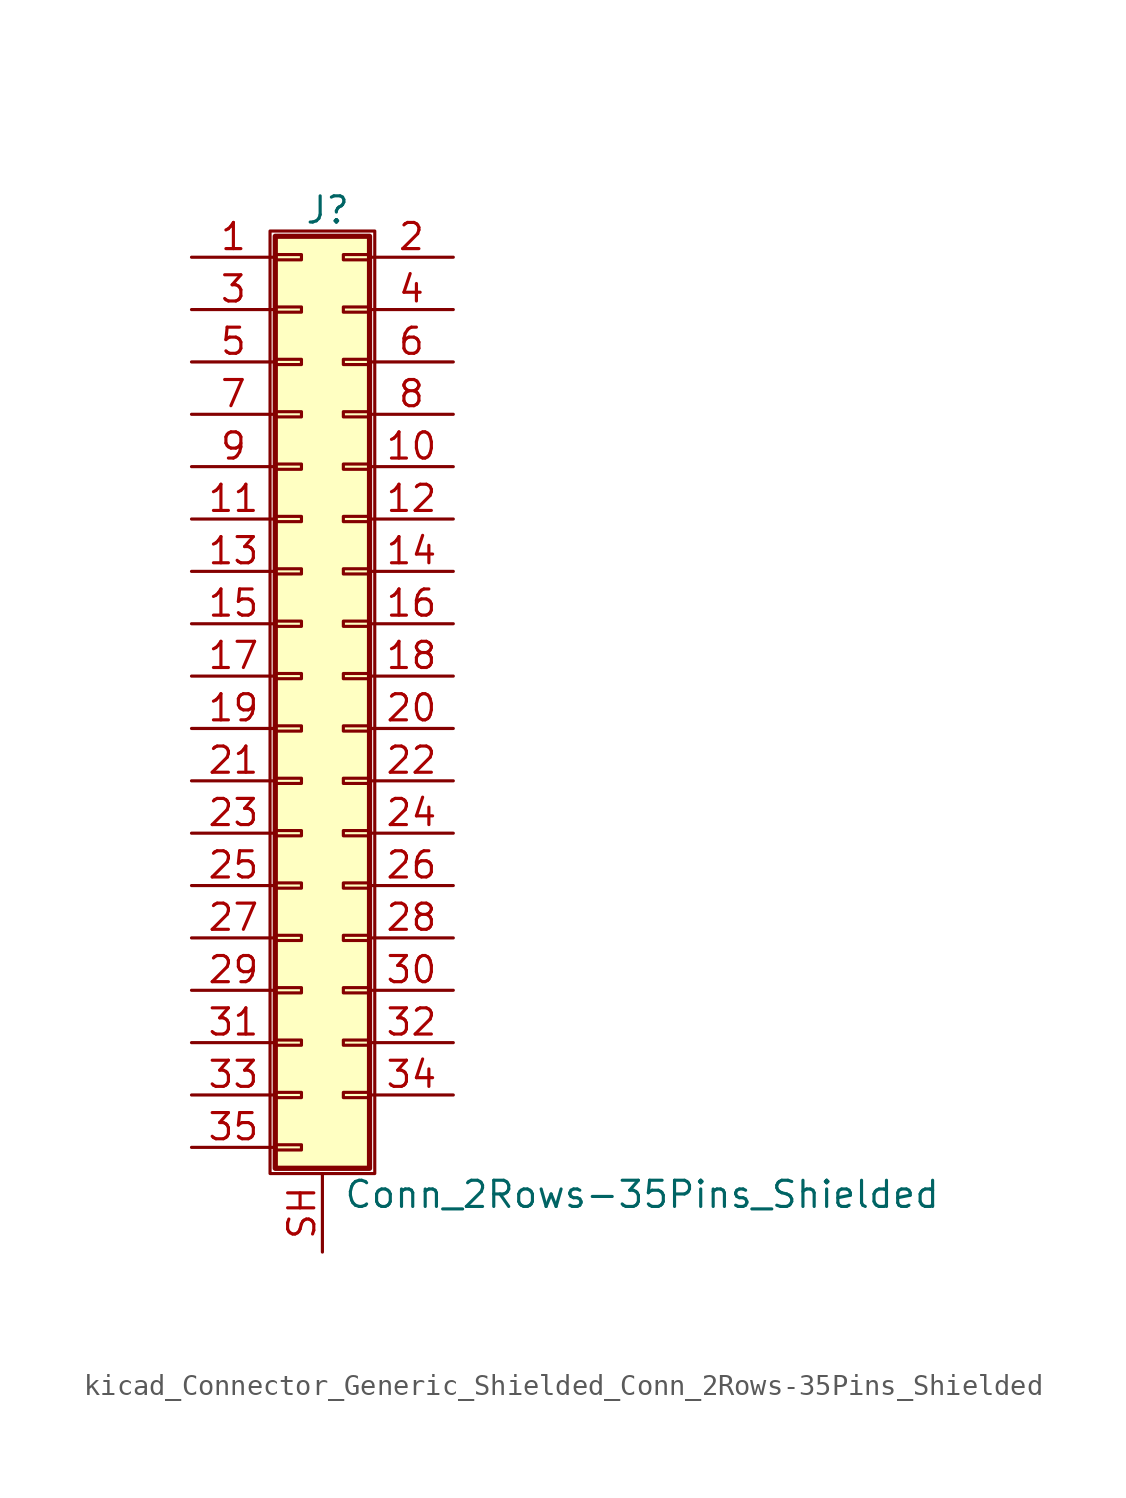
<source format=kicad_sym>
(kicad_symbol_lib
  (version 20220914)
  (generator kicad_symbol_editor)
  (symbol "kicad_Connector_Generic_Shielded_Conn_2Rows-35Pins_Shielded"
    (pin_names
      (offset 1.016) hide)
    (property "Reference" "J"
      (at 1.524 22.606 0)
      (effects (font (size 1.27 1.27))))
    (property "Value" "Conn_2Rows-35Pins_Shielded"
      (at 2.286 -25.146 0)
      (effects (font (size 1.27 1.27)) (justify left)))
    (symbol "kicad_Connector_Generic_Shielded_Conn_2Rows-35Pins_Shielded_1_1"
      (rectangle (start -1.27 21.59) (end 3.81 -24.13) (stroke (width 0.152) (type default)) (fill (type none)))
      (rectangle (start -1.016 -22.733) (end 0.254 -22.987) (stroke (width 0.152) (type default)) (fill (type none)))
      (rectangle (start -1.016 -20.193) (end 0.254 -20.447) (stroke (width 0.152) (type default)) (fill (type none)))
      (rectangle (start -1.016 -17.653) (end 0.254 -17.907) (stroke (width 0.152) (type default)) (fill (type none)))
      (rectangle (start -1.016 -15.113) (end 0.254 -15.367) (stroke (width 0.152) (type default)) (fill (type none)))
      (rectangle (start -1.016 -12.573) (end 0.254 -12.827) (stroke (width 0.152) (type default)) (fill (type none)))
      (rectangle (start -1.016 -10.033) (end 0.254 -10.287) (stroke (width 0.152) (type default)) (fill (type none)))
      (rectangle (start -1.016 -7.493) (end 0.254 -7.747) (stroke (width 0.152) (type default)) (fill (type none)))
      (rectangle (start -1.016 -4.953) (end 0.254 -5.207) (stroke (width 0.152) (type default)) (fill (type none)))
      (rectangle (start -1.016 -2.413) (end 0.254 -2.667) (stroke (width 0.152) (type default)) (fill (type none)))
      (rectangle (start -1.016 0.127) (end 0.254 -0.127) (stroke (width 0.152) (type default)) (fill (type none)))
      (rectangle (start -1.016 2.667) (end 0.254 2.413) (stroke (width 0.152) (type default)) (fill (type none)))
      (rectangle (start -1.016 5.207) (end 0.254 4.953) (stroke (width 0.152) (type default)) (fill (type none)))
      (rectangle (start -1.016 7.747) (end 0.254 7.493) (stroke (width 0.152) (type default)) (fill (type none)))
      (rectangle (start -1.016 10.287) (end 0.254 10.033) (stroke (width 0.152) (type default)) (fill (type none)))
      (rectangle (start -1.016 12.827) (end 0.254 12.573) (stroke (width 0.152) (type default)) (fill (type none)))
      (rectangle (start -1.016 15.367) (end 0.254 15.113) (stroke (width 0.152) (type default)) (fill (type none)))
      (rectangle (start -1.016 17.907) (end 0.254 17.653) (stroke (width 0.152) (type default)) (fill (type none)))
      (rectangle (start -1.016 20.447) (end 0.254 20.193) (stroke (width 0.152) (type default)) (fill (type none)))
      (rectangle (start -1.016 21.336) (end 3.556 -23.876) (stroke (width 0.254) (type default)) (fill (type background)))
      (rectangle (start 3.556 -20.193) (end 2.286 -20.447) (stroke (width 0.152) (type default)) (fill (type none)))
      (rectangle (start 3.556 -17.653) (end 2.286 -17.907) (stroke (width 0.152) (type default)) (fill (type none)))
      (rectangle (start 3.556 -15.113) (end 2.286 -15.367) (stroke (width 0.152) (type default)) (fill (type none)))
      (rectangle (start 3.556 -12.573) (end 2.286 -12.827) (stroke (width 0.152) (type default)) (fill (type none)))
      (rectangle (start 3.556 -10.033) (end 2.286 -10.287) (stroke (width 0.152) (type default)) (fill (type none)))
      (rectangle (start 3.556 -7.493) (end 2.286 -7.747) (stroke (width 0.152) (type default)) (fill (type none)))
      (rectangle (start 3.556 -4.953) (end 2.286 -5.207) (stroke (width 0.152) (type default)) (fill (type none)))
      (rectangle (start 3.556 -2.413) (end 2.286 -2.667) (stroke (width 0.152) (type default)) (fill (type none)))
      (rectangle (start 3.556 0.127) (end 2.286 -0.127) (stroke (width 0.152) (type default)) (fill (type none)))
      (rectangle (start 3.556 2.667) (end 2.286 2.413) (stroke (width 0.152) (type default)) (fill (type none)))
      (rectangle (start 3.556 5.207) (end 2.286 4.953) (stroke (width 0.152) (type default)) (fill (type none)))
      (rectangle (start 3.556 7.747) (end 2.286 7.493) (stroke (width 0.152) (type default)) (fill (type none)))
      (rectangle (start 3.556 10.287) (end 2.286 10.033) (stroke (width 0.152) (type default)) (fill (type none)))
      (rectangle (start 3.556 12.827) (end 2.286 12.573) (stroke (width 0.152) (type default)) (fill (type none)))
      (rectangle (start 3.556 15.367) (end 2.286 15.113) (stroke (width 0.152) (type default)) (fill (type none)))
      (rectangle (start 3.556 17.907) (end 2.286 17.653) (stroke (width 0.152) (type default)) (fill (type none)))
      (rectangle (start 3.556 20.447) (end 2.286 20.193) (stroke (width 0.152) (type default)) (fill (type none)))
      (pin passive line (at -5.08 20.32 0) (length 4.064) (name "Pin_1" (effects (font (size 1.27 1.27)))) (number "1" (effects (font (size 1.27 1.27)))))
      (pin passive line (at 7.62 10.16 180) (length 4.064) (name "Pin_10" (effects (font (size 1.27 1.27)))) (number "10" (effects (font (size 1.27 1.27)))))
      (pin passive line (at -5.08 7.62 0) (length 4.064) (name "Pin_11" (effects (font (size 1.27 1.27)))) (number "11" (effects (font (size 1.27 1.27)))))
      (pin passive line (at 7.62 7.62 180) (length 4.064) (name "Pin_12" (effects (font (size 1.27 1.27)))) (number "12" (effects (font (size 1.27 1.27)))))
      (pin passive line (at -5.08 5.08 0) (length 4.064) (name "Pin_13" (effects (font (size 1.27 1.27)))) (number "13" (effects (font (size 1.27 1.27)))))
      (pin passive line (at 7.62 5.08 180) (length 4.064) (name "Pin_14" (effects (font (size 1.27 1.27)))) (number "14" (effects (font (size 1.27 1.27)))))
      (pin passive line (at -5.08 2.54 0) (length 4.064) (name "Pin_15" (effects (font (size 1.27 1.27)))) (number "15" (effects (font (size 1.27 1.27)))))
      (pin passive line (at 7.62 2.54 180) (length 4.064) (name "Pin_16" (effects (font (size 1.27 1.27)))) (number "16" (effects (font (size 1.27 1.27)))))
      (pin passive line (at -5.08 0 0) (length 4.064) (name "Pin_17" (effects (font (size 1.27 1.27)))) (number "17" (effects (font (size 1.27 1.27)))))
      (pin passive line (at 7.62 0 180) (length 4.064) (name "Pin_18" (effects (font (size 1.27 1.27)))) (number "18" (effects (font (size 1.27 1.27)))))
      (pin passive line (at -5.08 -2.54 0) (length 4.064) (name "Pin_19" (effects (font (size 1.27 1.27)))) (number "19" (effects (font (size 1.27 1.27)))))
      (pin passive line (at 7.62 20.32 180) (length 4.064) (name "Pin_2" (effects (font (size 1.27 1.27)))) (number "2" (effects (font (size 1.27 1.27)))))
      (pin passive line (at 7.62 -2.54 180) (length 4.064) (name "Pin_20" (effects (font (size 1.27 1.27)))) (number "20" (effects (font (size 1.27 1.27)))))
      (pin passive line (at -5.08 -5.08 0) (length 4.064) (name "Pin_21" (effects (font (size 1.27 1.27)))) (number "21" (effects (font (size 1.27 1.27)))))
      (pin passive line (at 7.62 -5.08 180) (length 4.064) (name "Pin_22" (effects (font (size 1.27 1.27)))) (number "22" (effects (font (size 1.27 1.27)))))
      (pin passive line (at -5.08 -7.62 0) (length 4.064) (name "Pin_23" (effects (font (size 1.27 1.27)))) (number "23" (effects (font (size 1.27 1.27)))))
      (pin passive line (at 7.62 -7.62 180) (length 4.064) (name "Pin_24" (effects (font (size 1.27 1.27)))) (number "24" (effects (font (size 1.27 1.27)))))
      (pin passive line (at -5.08 -10.16 0) (length 4.064) (name "Pin_25" (effects (font (size 1.27 1.27)))) (number "25" (effects (font (size 1.27 1.27)))))
      (pin passive line (at 7.62 -10.16 180) (length 4.064) (name "Pin_26" (effects (font (size 1.27 1.27)))) (number "26" (effects (font (size 1.27 1.27)))))
      (pin passive line (at -5.08 -12.7 0) (length 4.064) (name "Pin_27" (effects (font (size 1.27 1.27)))) (number "27" (effects (font (size 1.27 1.27)))))
      (pin passive line (at 7.62 -12.7 180) (length 4.064) (name "Pin_28" (effects (font (size 1.27 1.27)))) (number "28" (effects (font (size 1.27 1.27)))))
      (pin passive line (at -5.08 -15.24 0) (length 4.064) (name "Pin_29" (effects (font (size 1.27 1.27)))) (number "29" (effects (font (size 1.27 1.27)))))
      (pin passive line (at -5.08 17.78 0) (length 4.064) (name "Pin_3" (effects (font (size 1.27 1.27)))) (number "3" (effects (font (size 1.27 1.27)))))
      (pin passive line (at 7.62 -15.24 180) (length 4.064) (name "Pin_30" (effects (font (size 1.27 1.27)))) (number "30" (effects (font (size 1.27 1.27)))))
      (pin passive line (at -5.08 -17.78 0) (length 4.064) (name "Pin_31" (effects (font (size 1.27 1.27)))) (number "31" (effects (font (size 1.27 1.27)))))
      (pin passive line (at 7.62 -17.78 180) (length 4.064) (name "Pin_32" (effects (font (size 1.27 1.27)))) (number "32" (effects (font (size 1.27 1.27)))))
      (pin passive line (at -5.08 -20.32 0) (length 4.064) (name "Pin_33" (effects (font (size 1.27 1.27)))) (number "33" (effects (font (size 1.27 1.27)))))
      (pin passive line (at 7.62 -20.32 180) (length 4.064) (name "Pin_34" (effects (font (size 1.27 1.27)))) (number "34" (effects (font (size 1.27 1.27)))))
      (pin passive line (at -5.08 -22.86 0) (length 4.064) (name "Pin_35" (effects (font (size 1.27 1.27)))) (number "35" (effects (font (size 1.27 1.27)))))
      (pin passive line (at 7.62 17.78 180) (length 4.064) (name "Pin_4" (effects (font (size 1.27 1.27)))) (number "4" (effects (font (size 1.27 1.27)))))
      (pin passive line (at -5.08 15.24 0) (length 4.064) (name "Pin_5" (effects (font (size 1.27 1.27)))) (number "5" (effects (font (size 1.27 1.27)))))
      (pin passive line (at 7.62 15.24 180) (length 4.064) (name "Pin_6" (effects (font (size 1.27 1.27)))) (number "6" (effects (font (size 1.27 1.27)))))
      (pin passive line (at -5.08 12.7 0) (length 4.064) (name "Pin_7" (effects (font (size 1.27 1.27)))) (number "7" (effects (font (size 1.27 1.27)))))
      (pin passive line (at 7.62 12.7 180) (length 4.064) (name "Pin_8" (effects (font (size 1.27 1.27)))) (number "8" (effects (font (size 1.27 1.27)))))
      (pin passive line (at -5.08 10.16 0) (length 4.064) (name "Pin_9" (effects (font (size 1.27 1.27)))) (number "9" (effects (font (size 1.27 1.27)))))
      (pin passive line (at 1.27 -27.94 90) (length 3.81) (name "Shield" (effects (font (size 1.27 1.27)))) (number "SH" (effects (font (size 1.27 1.27))))))))
</source>
